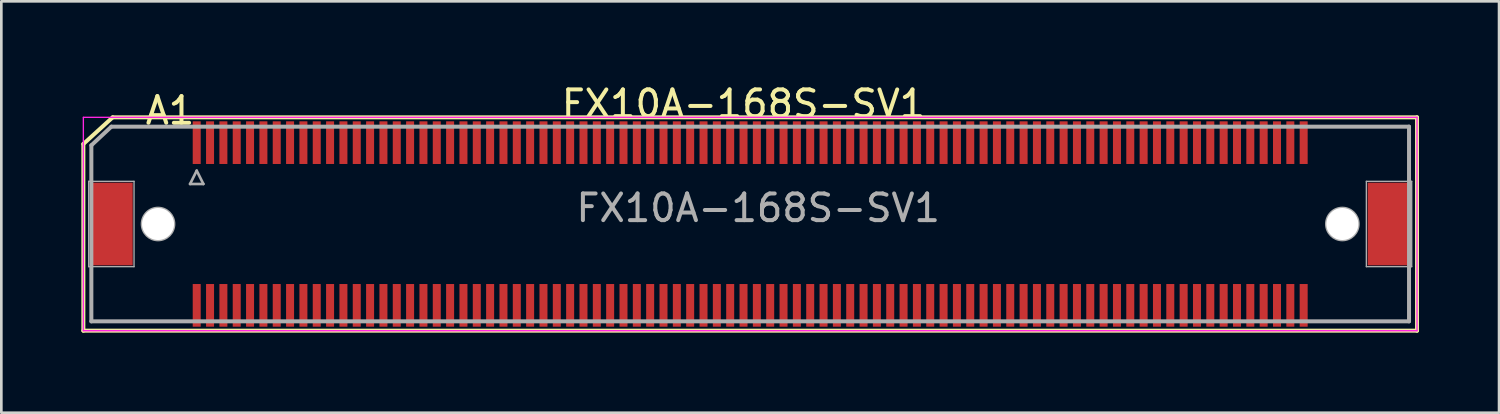
<source format=kicad_pcb>
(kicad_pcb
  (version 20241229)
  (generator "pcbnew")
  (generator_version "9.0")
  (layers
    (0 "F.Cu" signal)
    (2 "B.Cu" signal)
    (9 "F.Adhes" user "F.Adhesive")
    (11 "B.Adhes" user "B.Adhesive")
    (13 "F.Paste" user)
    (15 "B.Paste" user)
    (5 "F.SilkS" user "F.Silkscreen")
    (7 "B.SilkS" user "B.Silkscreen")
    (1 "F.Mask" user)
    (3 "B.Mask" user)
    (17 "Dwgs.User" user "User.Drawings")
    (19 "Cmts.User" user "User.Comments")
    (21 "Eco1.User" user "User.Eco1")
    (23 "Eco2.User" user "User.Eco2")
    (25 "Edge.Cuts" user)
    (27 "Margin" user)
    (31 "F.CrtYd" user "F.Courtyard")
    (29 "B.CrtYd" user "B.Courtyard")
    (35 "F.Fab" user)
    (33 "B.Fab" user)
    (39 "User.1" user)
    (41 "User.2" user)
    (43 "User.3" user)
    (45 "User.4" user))
  (footprint "FX10A-168S-SV1"
    (layer "F.Cu")
    (at 25.075 5.348)
    (property "Reference" "FX10A-168S-SV1" (at -0.25 -4.5 0) (layer "F.SilkS") (effects (font (size 1 1) (thickness 0.15))))
    (attr through_hole)
    (fp_line (start -25 4) (end -25 -3) (stroke (width 0.15) (type solid)) (layer "F.SilkS"))
    (fp_line (start -23.9 -4) (end -25 -3) (stroke (width 0.15) (type solid)) (layer "F.SilkS"))
    (fp_line (start -23.9 -4) (end 25 -4) (stroke (width 0.15) (type solid)) (layer "F.SilkS"))
    (fp_line (start 25 -4) (end 25 4) (stroke (width 0.15) (type solid)) (layer "F.SilkS"))
    (fp_line (start 25 4) (end -25 4) (stroke (width 0.15) (type solid)) (layer "F.SilkS"))
    (fp_line (start -25 -4) (end -25 4) (stroke (width 0.05) (type solid)) (layer "F.CrtYd"))
    (fp_line (start -25 4) (end 25 4) (stroke (width 0.05) (type solid)) (layer "F.CrtYd"))
    (fp_line (start 25 -4) (end -25 -4) (stroke (width 0.05) (type solid)) (layer "F.CrtYd"))
    (fp_line (start 25 4) (end 25 -4) (stroke (width 0.05) (type solid)) (layer "F.CrtYd"))
    (fp_line (start -24.8 -1.6) (end -23.1 -1.6) (stroke (width 0.05) (type solid)) (layer "F.Fab"))
    (fp_line (start -24.8 1.6) (end -24.8 -1.6) (stroke (width 0.05) (type solid)) (layer "F.Fab"))
    (fp_line (start -24.7 -2.95) (end -24.7 3.65) (stroke (width 0.15) (type solid)) (layer "F.Fab"))
    (fp_line (start -24.7 -2.95) (end -23.95 -3.65) (stroke (width 0.15) (type solid)) (layer "F.Fab"))
    (fp_line (start -24.7 3.65) (end 24.7 3.65) (stroke (width 0.15) (type solid)) (layer "F.Fab"))
    (fp_line (start -23.95 -3.65) (end 24.7 -3.65) (stroke (width 0.15) (type solid)) (layer "F.Fab"))
    (fp_line (start -23.1 -1.6) (end -23.1 1.6) (stroke (width 0.05) (type solid)) (layer "F.Fab"))
    (fp_line (start -23.1 1.6) (end -24.8 1.6) (stroke (width 0.05) (type solid)) (layer "F.Fab"))
    (fp_line (start -21 -1.5) (end -20.75 -2) (stroke (width 0.1) (type solid)) (layer "F.Fab"))
    (fp_line (start -20.75 -2) (end -20.5 -1.5) (stroke (width 0.1) (type solid)) (layer "F.Fab"))
    (fp_line (start -20.5 -1.5) (end -21 -1.5) (stroke (width 0.1) (type solid)) (layer "F.Fab"))
    (fp_line (start 23.1 -1.6) (end 24.8 -1.6) (stroke (width 0.05) (type solid)) (layer "F.Fab"))
    (fp_line (start 23.1 1.6) (end 23.1 -1.6) (stroke (width 0.05) (type solid)) (layer "F.Fab"))
    (fp_line (start 24.7 -3.65) (end 24.7 3.65) (stroke (width 0.15) (type solid)) (layer "F.Fab"))
    (fp_line (start 24.8 -1.6) (end 24.8 1.6) (stroke (width 0.05) (type solid)) (layer "F.Fab"))
    (fp_line (start 24.8 1.6) (end 23.1 1.6) (stroke (width 0.05) (type solid)) (layer "F.Fab"))
    (fp_circle (center -22.2 0) (end -22.8 0) (stroke (width 0.1) (type solid)) (fill no) (layer "F.Fab"))
    (fp_circle (center 22.2 0) (end 22.8 0) (stroke (width 0.1) (type solid)) (fill no) (layer "F.Fab"))
    (fp_text user "A1" (at -21.75 -4.25 0) (layer "F.SilkS") (effects (font (size 1 1) (thickness 0.15))))
    (fp_text user "${REFERENCE}" (at 0.3 -0.6 0) (layer "F.Fab") (effects (font (size 1 1) (thickness 0.15))))
    (pad "" smd rect (at -23.95 0) (size 1.6 3.1) (layers "F.Cu" "F.Mask" "F.Paste"))
    (pad "" np_thru_hole circle (at -22.2 0) (size 1.2 1.2) (drill 1.2) (layers "*.Mask" "F.Cu"))
    (pad "" np_thru_hole circle (at 22.2 0) (size 1.2 1.2) (drill 1.2) (layers "*.Mask" "F.Cu"))
    (pad "" smd rect (at 23.95 0) (size 1.6 3.1) (layers "F.Cu" "F.Mask" "F.Paste"))
    (pad "A1" smd rect (at -20.75 -3.05) (size 0.3 1.6) (layers "F.Cu" "F.Mask" "F.Paste"))
    (pad "A2" smd rect (at -20.25 -3.05) (size 0.3 1.6) (layers "F.Cu" "F.Mask" "F.Paste"))
    (pad "A3" smd rect (at -19.75 -3.05) (size 0.3 1.6) (layers "F.Cu" "F.Mask" "F.Paste"))
    (pad "A4" smd rect (at -19.25 -3.05) (size 0.3 1.6) (layers "F.Cu" "F.Mask" "F.Paste"))
    (pad "A5" smd rect (at -18.75 -3.05) (size 0.3 1.6) (layers "F.Cu" "F.Mask" "F.Paste"))
    (pad "A6" smd rect (at -18.25 -3.05) (size 0.3 1.6) (layers "F.Cu" "F.Mask" "F.Paste"))
    (pad "A7" smd rect (at -17.75 -3.05) (size 0.3 1.6) (layers "F.Cu" "F.Mask" "F.Paste"))
    (pad "A8" smd rect (at -17.25 -3.05) (size 0.3 1.6) (layers "F.Cu" "F.Mask" "F.Paste"))
    (pad "A9" smd rect (at -16.75 -3.05) (size 0.3 1.6) (layers "F.Cu" "F.Mask" "F.Paste"))
    (pad "A10" smd rect (at -16.25 -3.05) (size 0.3 1.6) (layers "F.Cu" "F.Mask" "F.Paste"))
    (pad "A11" smd rect (at -15.75 -3.05) (size 0.3 1.6) (layers "F.Cu" "F.Mask" "F.Paste"))
    (pad "A12" smd rect (at -15.25 -3.05) (size 0.3 1.6) (layers "F.Cu" "F.Mask" "F.Paste"))
    (pad "A13" smd rect (at -14.75 -3.05) (size 0.3 1.6) (layers "F.Cu" "F.Mask" "F.Paste"))
    (pad "A14" smd rect (at -14.25 -3.05) (size 0.3 1.6) (layers "F.Cu" "F.Mask" "F.Paste"))
    (pad "A15" smd rect (at -13.75 -3.05) (size 0.3 1.6) (layers "F.Cu" "F.Mask" "F.Paste"))
    (pad "A16" smd rect (at -13.25 -3.05) (size 0.3 1.6) (layers "F.Cu" "F.Mask" "F.Paste"))
    (pad "A17" smd rect (at -12.75 -3.05) (size 0.3 1.6) (layers "F.Cu" "F.Mask" "F.Paste"))
    (pad "A18" smd rect (at -12.25 -3.05) (size 0.3 1.6) (layers "F.Cu" "F.Mask" "F.Paste"))
    (pad "A19" smd rect (at -11.75 -3.05) (size 0.3 1.6) (layers "F.Cu" "F.Mask" "F.Paste"))
    (pad "A20" smd rect (at -11.25 -3.05) (size 0.3 1.6) (layers "F.Cu" "F.Mask" "F.Paste"))
    (pad "A21" smd rect (at -10.75 -3.05) (size 0.3 1.6) (layers "F.Cu" "F.Mask" "F.Paste"))
    (pad "A22" smd rect (at -10.25 -3.05) (size 0.3 1.6) (layers "F.Cu" "F.Mask" "F.Paste"))
    (pad "A23" smd rect (at -9.75 -3.05) (size 0.3 1.6) (layers "F.Cu" "F.Mask" "F.Paste"))
    (pad "A24" smd rect (at -9.25 -3.05) (size 0.3 1.6) (layers "F.Cu" "F.Mask" "F.Paste"))
    (pad "A25" smd rect (at -8.75 -3.05) (size 0.3 1.6) (layers "F.Cu" "F.Mask" "F.Paste"))
    (pad "A26" smd rect (at -8.25 -3.05) (size 0.3 1.6) (layers "F.Cu" "F.Mask" "F.Paste"))
    (pad "A27" smd rect (at -7.75 -3.05) (size 0.3 1.6) (layers "F.Cu" "F.Mask" "F.Paste"))
    (pad "A28" smd rect (at -7.25 -3.05) (size 0.3 1.6) (layers "F.Cu" "F.Mask" "F.Paste"))
    (pad "A29" smd rect (at -6.75 -3.05) (size 0.3 1.6) (layers "F.Cu" "F.Mask" "F.Paste"))
    (pad "A30" smd rect (at -6.25 -3.05) (size 0.3 1.6) (layers "F.Cu" "F.Mask" "F.Paste"))
    (pad "A31" smd rect (at -5.75 -3.05) (size 0.3 1.6) (layers "F.Cu" "F.Mask" "F.Paste"))
    (pad "A32" smd rect (at -5.25 -3.05) (size 0.3 1.6) (layers "F.Cu" "F.Mask" "F.Paste"))
    (pad "A33" smd rect (at -4.75 -3.05) (size 0.3 1.6) (layers "F.Cu" "F.Mask" "F.Paste"))
    (pad "A34" smd rect (at -4.25 -3.05) (size 0.3 1.6) (layers "F.Cu" "F.Mask" "F.Paste"))
    (pad "A35" smd rect (at -3.75 -3.05) (size 0.3 1.6) (layers "F.Cu" "F.Mask" "F.Paste"))
    (pad "A36" smd rect (at -3.25 -3.05) (size 0.3 1.6) (layers "F.Cu" "F.Mask" "F.Paste"))
    (pad "A37" smd rect (at -2.75 -3.05) (size 0.3 1.6) (layers "F.Cu" "F.Mask" "F.Paste"))
    (pad "A38" smd rect (at -2.25 -3.05) (size 0.3 1.6) (layers "F.Cu" "F.Mask" "F.Paste"))
    (pad "A39" smd rect (at -1.75 -3.05) (size 0.3 1.6) (layers "F.Cu" "F.Mask" "F.Paste"))
    (pad "A40" smd rect (at -1.25 -3.05) (size 0.3 1.6) (layers "F.Cu" "F.Mask" "F.Paste"))
    (pad "A41" smd rect (at -0.75 -3.05) (size 0.3 1.6) (layers "F.Cu" "F.Mask" "F.Paste"))
    (pad "A42" smd rect (at -0.25 -3.05) (size 0.3 1.6) (layers "F.Cu" "F.Mask" "F.Paste"))
    (pad "A43" smd rect (at 0.25 -3.05) (size 0.3 1.6) (layers "F.Cu" "F.Mask" "F.Paste"))
    (pad "A44" smd rect (at 0.75 -3.05) (size 0.3 1.6) (layers "F.Cu" "F.Mask" "F.Paste"))
    (pad "A45" smd rect (at 1.25 -3.05) (size 0.3 1.6) (layers "F.Cu" "F.Mask" "F.Paste"))
    (pad "A46" smd rect (at 1.75 -3.05) (size 0.3 1.6) (layers "F.Cu" "F.Mask" "F.Paste"))
    (pad "A47" smd rect (at 2.25 -3.05) (size 0.3 1.6) (layers "F.Cu" "F.Mask" "F.Paste"))
    (pad "A48" smd rect (at 2.75 -3.05) (size 0.3 1.6) (layers "F.Cu" "F.Mask" "F.Paste"))
    (pad "A49" smd rect (at 3.25 -3.05) (size 0.3 1.6) (layers "F.Cu" "F.Mask" "F.Paste"))
    (pad "A50" smd rect (at 3.75 -3.05) (size 0.3 1.6) (layers "F.Cu" "F.Mask" "F.Paste"))
    (pad "A51" smd rect (at 4.25 -3.05) (size 0.3 1.6) (layers "F.Cu" "F.Mask" "F.Paste"))
    (pad "A52" smd rect (at 4.75 -3.05) (size 0.3 1.6) (layers "F.Cu" "F.Mask" "F.Paste"))
    (pad "A53" smd rect (at 5.25 -3.05) (size 0.3 1.6) (layers "F.Cu" "F.Mask" "F.Paste"))
    (pad "A54" smd rect (at 5.75 -3.05) (size 0.3 1.6) (layers "F.Cu" "F.Mask" "F.Paste"))
    (pad "A55" smd rect (at 6.25 -3.05) (size 0.3 1.6) (layers "F.Cu" "F.Mask" "F.Paste"))
    (pad "A56" smd rect (at 6.75 -3.05) (size 0.3 1.6) (layers "F.Cu" "F.Mask" "F.Paste"))
    (pad "A57" smd rect (at 7.25 -3.05) (size 0.3 1.6) (layers "F.Cu" "F.Mask" "F.Paste"))
    (pad "A58" smd rect (at 7.75 -3.05) (size 0.3 1.6) (layers "F.Cu" "F.Mask" "F.Paste"))
    (pad "A59" smd rect (at 8.25 -3.05) (size 0.3 1.6) (layers "F.Cu" "F.Mask" "F.Paste"))
    (pad "A60" smd rect (at 8.75 -3.05) (size 0.3 1.6) (layers "F.Cu" "F.Mask" "F.Paste"))
    (pad "A61" smd rect (at 9.25 -3.05) (size 0.3 1.6) (layers "F.Cu" "F.Mask" "F.Paste"))
    (pad "A62" smd rect (at 9.75 -3.05) (size 0.3 1.6) (layers "F.Cu" "F.Mask" "F.Paste"))
    (pad "A63" smd rect (at 10.25 -3.05) (size 0.3 1.6) (layers "F.Cu" "F.Mask" "F.Paste"))
    (pad "A64" smd rect (at 10.75 -3.05) (size 0.3 1.6) (layers "F.Cu" "F.Mask" "F.Paste"))
    (pad "A65" smd rect (at 11.25 -3.05) (size 0.3 1.6) (layers "F.Cu" "F.Mask" "F.Paste"))
    (pad "A66" smd rect (at 11.75 -3.05) (size 0.3 1.6) (layers "F.Cu" "F.Mask" "F.Paste"))
    (pad "A67" smd rect (at 12.25 -3.05) (size 0.3 1.6) (layers "F.Cu" "F.Mask" "F.Paste"))
    (pad "A68" smd rect (at 12.75 -3.05) (size 0.3 1.6) (layers "F.Cu" "F.Mask" "F.Paste"))
    (pad "A69" smd rect (at 13.25 -3.05) (size 0.3 1.6) (layers "F.Cu" "F.Mask" "F.Paste"))
    (pad "A70" smd rect (at 13.75 -3.05) (size 0.3 1.6) (layers "F.Cu" "F.Mask" "F.Paste"))
    (pad "A71" smd rect (at 14.25 -3.05) (size 0.3 1.6) (layers "F.Cu" "F.Mask" "F.Paste"))
    (pad "A72" smd rect (at 14.75 -3.05) (size 0.3 1.6) (layers "F.Cu" "F.Mask" "F.Paste"))
    (pad "A73" smd rect (at 15.25 -3.05) (size 0.3 1.6) (layers "F.Cu" "F.Mask" "F.Paste"))
    (pad "A74" smd rect (at 15.75 -3.05) (size 0.3 1.6) (layers "F.Cu" "F.Mask" "F.Paste"))
    (pad "A75" smd rect (at 16.25 -3.05) (size 0.3 1.6) (layers "F.Cu" "F.Mask" "F.Paste"))
    (pad "A76" smd rect (at 16.75 -3.05) (size 0.3 1.6) (layers "F.Cu" "F.Mask" "F.Paste"))
    (pad "A77" smd rect (at 17.25 -3.05) (size 0.3 1.6) (layers "F.Cu" "F.Mask" "F.Paste"))
    (pad "A78" smd rect (at 17.75 -3.05) (size 0.3 1.6) (layers "F.Cu" "F.Mask" "F.Paste"))
    (pad "A79" smd rect (at 18.25 -3.05) (size 0.3 1.6) (layers "F.Cu" "F.Mask" "F.Paste"))
    (pad "A80" smd rect (at 18.75 -3.05) (size 0.3 1.6) (layers "F.Cu" "F.Mask" "F.Paste"))
    (pad "A81" smd rect (at 19.25 -3.05) (size 0.3 1.6) (layers "F.Cu" "F.Mask" "F.Paste"))
    (pad "A82" smd rect (at 19.75 -3.05) (size 0.3 1.6) (layers "F.Cu" "F.Mask" "F.Paste"))
    (pad "A83" smd rect (at 20.25 -3.05) (size 0.3 1.6) (layers "F.Cu" "F.Mask" "F.Paste"))
    (pad "A84" smd rect (at 20.75 -3.05) (size 0.3 1.6) (layers "F.Cu" "F.Mask" "F.Paste"))
    (pad "B1" smd rect (at -20.75 3.05) (size 0.3 1.6) (layers "F.Cu" "F.Mask" "F.Paste"))
    (pad "B2" smd rect (at -20.25 3.05) (size 0.3 1.6) (layers "F.Cu" "F.Mask" "F.Paste"))
    (pad "B3" smd rect (at -19.75 3.05) (size 0.3 1.6) (layers "F.Cu" "F.Mask" "F.Paste"))
    (pad "B4" smd rect (at -19.25 3.05) (size 0.3 1.6) (layers "F.Cu" "F.Mask" "F.Paste"))
    (pad "B5" smd rect (at -18.75 3.05) (size 0.3 1.6) (layers "F.Cu" "F.Mask" "F.Paste"))
    (pad "B6" smd rect (at -18.25 3.05) (size 0.3 1.6) (layers "F.Cu" "F.Mask" "F.Paste"))
    (pad "B7" smd rect (at -17.75 3.05) (size 0.3 1.6) (layers "F.Cu" "F.Mask" "F.Paste"))
    (pad "B8" smd rect (at -17.25 3.05) (size 0.3 1.6) (layers "F.Cu" "F.Mask" "F.Paste"))
    (pad "B9" smd rect (at -16.75 3.05) (size 0.3 1.6) (layers "F.Cu" "F.Mask" "F.Paste"))
    (pad "B10" smd rect (at -16.25 3.05) (size 0.3 1.6) (layers "F.Cu" "F.Mask" "F.Paste"))
    (pad "B11" smd rect (at -15.75 3.05) (size 0.3 1.6) (layers "F.Cu" "F.Mask" "F.Paste"))
    (pad "B12" smd rect (at -15.25 3.05) (size 0.3 1.6) (layers "F.Cu" "F.Mask" "F.Paste"))
    (pad "B13" smd rect (at -14.75 3.05) (size 0.3 1.6) (layers "F.Cu" "F.Mask" "F.Paste"))
    (pad "B14" smd rect (at -14.25 3.05) (size 0.3 1.6) (layers "F.Cu" "F.Mask" "F.Paste"))
    (pad "B15" smd rect (at -13.75 3.05) (size 0.3 1.6) (layers "F.Cu" "F.Mask" "F.Paste"))
    (pad "B16" smd rect (at -13.25 3.05) (size 0.3 1.6) (layers "F.Cu" "F.Mask" "F.Paste"))
    (pad "B17" smd rect (at -12.75 3.05) (size 0.3 1.6) (layers "F.Cu" "F.Mask" "F.Paste"))
    (pad "B18" smd rect (at -12.25 3.05) (size 0.3 1.6) (layers "F.Cu" "F.Mask" "F.Paste"))
    (pad "B19" smd rect (at -11.75 3.05) (size 0.3 1.6) (layers "F.Cu" "F.Mask" "F.Paste"))
    (pad "B20" smd rect (at -11.25 3.05) (size 0.3 1.6) (layers "F.Cu" "F.Mask" "F.Paste"))
    (pad "B21" smd rect (at -10.75 3.05) (size 0.3 1.6) (layers "F.Cu" "F.Mask" "F.Paste"))
    (pad "B22" smd rect (at -10.25 3.05) (size 0.3 1.6) (layers "F.Cu" "F.Mask" "F.Paste"))
    (pad "B23" smd rect (at -9.75 3.05) (size 0.3 1.6) (layers "F.Cu" "F.Mask" "F.Paste"))
    (pad "B24" smd rect (at -9.25 3.05) (size 0.3 1.6) (layers "F.Cu" "F.Mask" "F.Paste"))
    (pad "B25" smd rect (at -8.75 3.05) (size 0.3 1.6) (layers "F.Cu" "F.Mask" "F.Paste"))
    (pad "B26" smd rect (at -8.25 3.05) (size 0.3 1.6) (layers "F.Cu" "F.Mask" "F.Paste"))
    (pad "B27" smd rect (at -7.75 3.05) (size 0.3 1.6) (layers "F.Cu" "F.Mask" "F.Paste"))
    (pad "B28" smd rect (at -7.25 3.05) (size 0.3 1.6) (layers "F.Cu" "F.Mask" "F.Paste"))
    (pad "B29" smd rect (at -6.75 3.05) (size 0.3 1.6) (layers "F.Cu" "F.Mask" "F.Paste"))
    (pad "B30" smd rect (at -6.25 3.05) (size 0.3 1.6) (layers "F.Cu" "F.Mask" "F.Paste"))
    (pad "B31" smd rect (at -5.75 3.05) (size 0.3 1.6) (layers "F.Cu" "F.Mask" "F.Paste"))
    (pad "B32" smd rect (at -5.25 3.05) (size 0.3 1.6) (layers "F.Cu" "F.Mask" "F.Paste"))
    (pad "B33" smd rect (at -4.75 3.05) (size 0.3 1.6) (layers "F.Cu" "F.Mask" "F.Paste"))
    (pad "B34" smd rect (at -4.25 3.05) (size 0.3 1.6) (layers "F.Cu" "F.Mask" "F.Paste"))
    (pad "B35" smd rect (at -3.75 3.05) (size 0.3 1.6) (layers "F.Cu" "F.Mask" "F.Paste"))
    (pad "B36" smd rect (at -3.25 3.05) (size 0.3 1.6) (layers "F.Cu" "F.Mask" "F.Paste"))
    (pad "B37" smd rect (at -2.75 3.05) (size 0.3 1.6) (layers "F.Cu" "F.Mask" "F.Paste"))
    (pad "B38" smd rect (at -2.25 3.05) (size 0.3 1.6) (layers "F.Cu" "F.Mask" "F.Paste"))
    (pad "B39" smd rect (at -1.75 3.05) (size 0.3 1.6) (layers "F.Cu" "F.Mask" "F.Paste"))
    (pad "B40" smd rect (at -1.25 3.05) (size 0.3 1.6) (layers "F.Cu" "F.Mask" "F.Paste"))
    (pad "B41" smd rect (at -0.75 3.05) (size 0.3 1.6) (layers "F.Cu" "F.Mask" "F.Paste"))
    (pad "B42" smd rect (at -0.25 3.05) (size 0.3 1.6) (layers "F.Cu" "F.Mask" "F.Paste"))
    (pad "B43" smd rect (at 0.25 3.05) (size 0.3 1.6) (layers "F.Cu" "F.Mask" "F.Paste"))
    (pad "B44" smd rect (at 0.75 3.05) (size 0.3 1.6) (layers "F.Cu" "F.Mask" "F.Paste"))
    (pad "B45" smd rect (at 1.25 3.05) (size 0.3 1.6) (layers "F.Cu" "F.Mask" "F.Paste"))
    (pad "B46" smd rect (at 1.75 3.05) (size 0.3 1.6) (layers "F.Cu" "F.Mask" "F.Paste"))
    (pad "B47" smd rect (at 2.25 3.05) (size 0.3 1.6) (layers "F.Cu" "F.Mask" "F.Paste"))
    (pad "B48" smd rect (at 2.75 3.05) (size 0.3 1.6) (layers "F.Cu" "F.Mask" "F.Paste"))
    (pad "B49" smd rect (at 3.25 3.05) (size 0.3 1.6) (layers "F.Cu" "F.Mask" "F.Paste"))
    (pad "B50" smd rect (at 3.75 3.05) (size 0.3 1.6) (layers "F.Cu" "F.Mask" "F.Paste"))
    (pad "B51" smd rect (at 4.25 3.05) (size 0.3 1.6) (layers "F.Cu" "F.Mask" "F.Paste"))
    (pad "B52" smd rect (at 4.75 3.05) (size 0.3 1.6) (layers "F.Cu" "F.Mask" "F.Paste"))
    (pad "B53" smd rect (at 5.25 3.05) (size 0.3 1.6) (layers "F.Cu" "F.Mask" "F.Paste"))
    (pad "B54" smd rect (at 5.75 3.05) (size 0.3 1.6) (layers "F.Cu" "F.Mask" "F.Paste"))
    (pad "B55" smd rect (at 6.25 3.05) (size 0.3 1.6) (layers "F.Cu" "F.Mask" "F.Paste"))
    (pad "B56" smd rect (at 6.75 3.05) (size 0.3 1.6) (layers "F.Cu" "F.Mask" "F.Paste"))
    (pad "B57" smd rect (at 7.25 3.05) (size 0.3 1.6) (layers "F.Cu" "F.Mask" "F.Paste"))
    (pad "B58" smd rect (at 7.75 3.05) (size 0.3 1.6) (layers "F.Cu" "F.Mask" "F.Paste"))
    (pad "B59" smd rect (at 8.25 3.05) (size 0.3 1.6) (layers "F.Cu" "F.Mask" "F.Paste"))
    (pad "B60" smd rect (at 8.75 3.05) (size 0.3 1.6) (layers "F.Cu" "F.Mask" "F.Paste"))
    (pad "B61" smd rect (at 9.25 3.05) (size 0.3 1.6) (layers "F.Cu" "F.Mask" "F.Paste"))
    (pad "B62" smd rect (at 9.75 3.05) (size 0.3 1.6) (layers "F.Cu" "F.Mask" "F.Paste"))
    (pad "B63" smd rect (at 10.25 3.05) (size 0.3 1.6) (layers "F.Cu" "F.Mask" "F.Paste"))
    (pad "B64" smd rect (at 10.75 3.05) (size 0.3 1.6) (layers "F.Cu" "F.Mask" "F.Paste"))
    (pad "B65" smd rect (at 11.25 3.05) (size 0.3 1.6) (layers "F.Cu" "F.Mask" "F.Paste"))
    (pad "B66" smd rect (at 11.75 3.05) (size 0.3 1.6) (layers "F.Cu" "F.Mask" "F.Paste"))
    (pad "B67" smd rect (at 12.25 3.05) (size 0.3 1.6) (layers "F.Cu" "F.Mask" "F.Paste"))
    (pad "B68" smd rect (at 12.75 3.05) (size 0.3 1.6) (layers "F.Cu" "F.Mask" "F.Paste"))
    (pad "B69" smd rect (at 13.25 3.05) (size 0.3 1.6) (layers "F.Cu" "F.Mask" "F.Paste"))
    (pad "B70" smd rect (at 13.75 3.05) (size 0.3 1.6) (layers "F.Cu" "F.Mask" "F.Paste"))
    (pad "B71" smd rect (at 14.25 3.05) (size 0.3 1.6) (layers "F.Cu" "F.Mask" "F.Paste"))
    (pad "B72" smd rect (at 14.75 3.05) (size 0.3 1.6) (layers "F.Cu" "F.Mask" "F.Paste"))
    (pad "B73" smd rect (at 15.25 3.05) (size 0.3 1.6) (layers "F.Cu" "F.Mask" "F.Paste"))
    (pad "B74" smd rect (at 15.75 3.05) (size 0.3 1.6) (layers "F.Cu" "F.Mask" "F.Paste"))
    (pad "B75" smd rect (at 16.25 3.05) (size 0.3 1.6) (layers "F.Cu" "F.Mask" "F.Paste"))
    (pad "B76" smd rect (at 16.75 3.05) (size 0.3 1.6) (layers "F.Cu" "F.Mask" "F.Paste"))
    (pad "B77" smd rect (at 17.25 3.05) (size 0.3 1.6) (layers "F.Cu" "F.Mask" "F.Paste"))
    (pad "B78" smd rect (at 17.75 3.05) (size 0.3 1.6) (layers "F.Cu" "F.Mask" "F.Paste"))
    (pad "B79" smd rect (at 18.25 3.05) (size 0.3 1.6) (layers "F.Cu" "F.Mask" "F.Paste"))
    (pad "B80" smd rect (at 18.75 3.05) (size 0.3 1.6) (layers "F.Cu" "F.Mask" "F.Paste"))
    (pad "B81" smd rect (at 19.25 3.05) (size 0.3 1.6) (layers "F.Cu" "F.Mask" "F.Paste"))
    (pad "B82" smd rect (at 19.75 3.05) (size 0.3 1.6) (layers "F.Cu" "F.Mask" "F.Paste"))
    (pad "B83" smd rect (at 20.25 3.05) (size 0.3 1.6) (layers "F.Cu" "F.Mask" "F.Paste"))
    (pad "B84" smd rect (at 20.75 3.05) (size 0.3 1.6) (layers "F.Cu" "F.Mask" "F.Paste")))
  (gr_rect
    (start -3 -3)
    (end 53.15 12.423)
    (stroke (width 0.1) (type default))
    (fill no)
    (layer "Edge.Cuts")))
</source>
